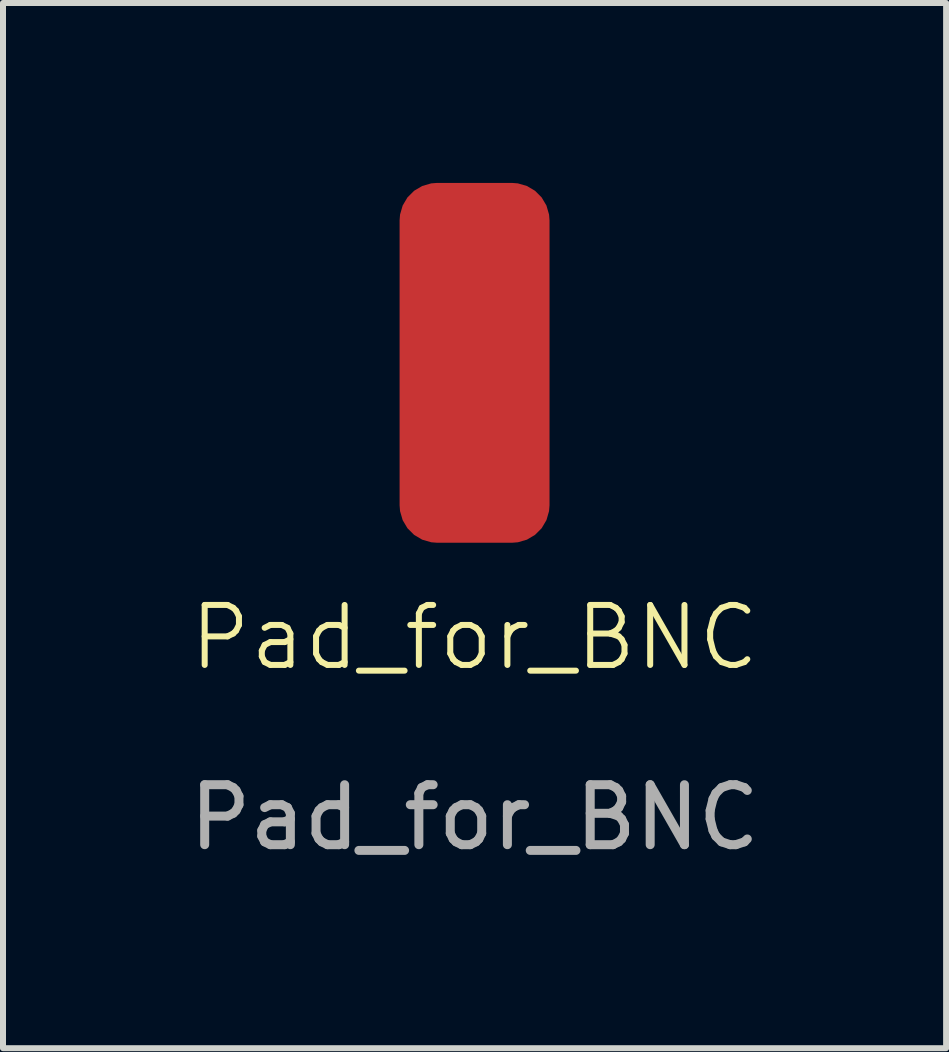
<source format=kicad_pcb>
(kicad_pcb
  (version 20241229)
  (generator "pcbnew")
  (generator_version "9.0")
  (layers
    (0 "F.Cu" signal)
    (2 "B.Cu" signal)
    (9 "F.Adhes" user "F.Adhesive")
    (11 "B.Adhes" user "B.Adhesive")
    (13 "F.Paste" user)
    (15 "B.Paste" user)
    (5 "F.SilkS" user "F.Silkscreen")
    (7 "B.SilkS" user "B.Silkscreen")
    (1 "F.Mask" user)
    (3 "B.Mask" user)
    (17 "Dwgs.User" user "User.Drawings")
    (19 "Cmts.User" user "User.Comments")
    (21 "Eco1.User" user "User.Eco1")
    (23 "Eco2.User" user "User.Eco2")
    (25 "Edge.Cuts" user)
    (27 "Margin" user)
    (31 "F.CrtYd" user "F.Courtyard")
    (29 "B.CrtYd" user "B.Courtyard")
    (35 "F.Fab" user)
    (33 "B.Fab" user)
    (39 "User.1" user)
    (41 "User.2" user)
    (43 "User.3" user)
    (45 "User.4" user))
  (footprint "Pad_for_BNC"
    (layer "F.Cu")
    (at 4.863 8.08)
    (property "Reference" "Pad_for_BNC" (at 0 -0.5 0) (unlocked yes) (layer "F.SilkS") (effects (font (size 1 1) (thickness 0.1))))
    (attr smd)
    (fp_text user "${REFERENCE}" (at 0 2.5 0) (unlocked yes) (layer "F.Fab") (effects (font (size 1 1) (thickness 0.15))))
    (pad "1" smd roundrect (at 0 -5.08) (size 2.5 6) (layers "F.Cu" "F.Mask" "F.Paste") (roundrect_rratio 0.25)))
  (gr_rect
    (start -3 -3)
    (end 12.726 14.428)
    (stroke (width 0.1) (type default))
    (fill no)
    (layer "Edge.Cuts")))
</source>
